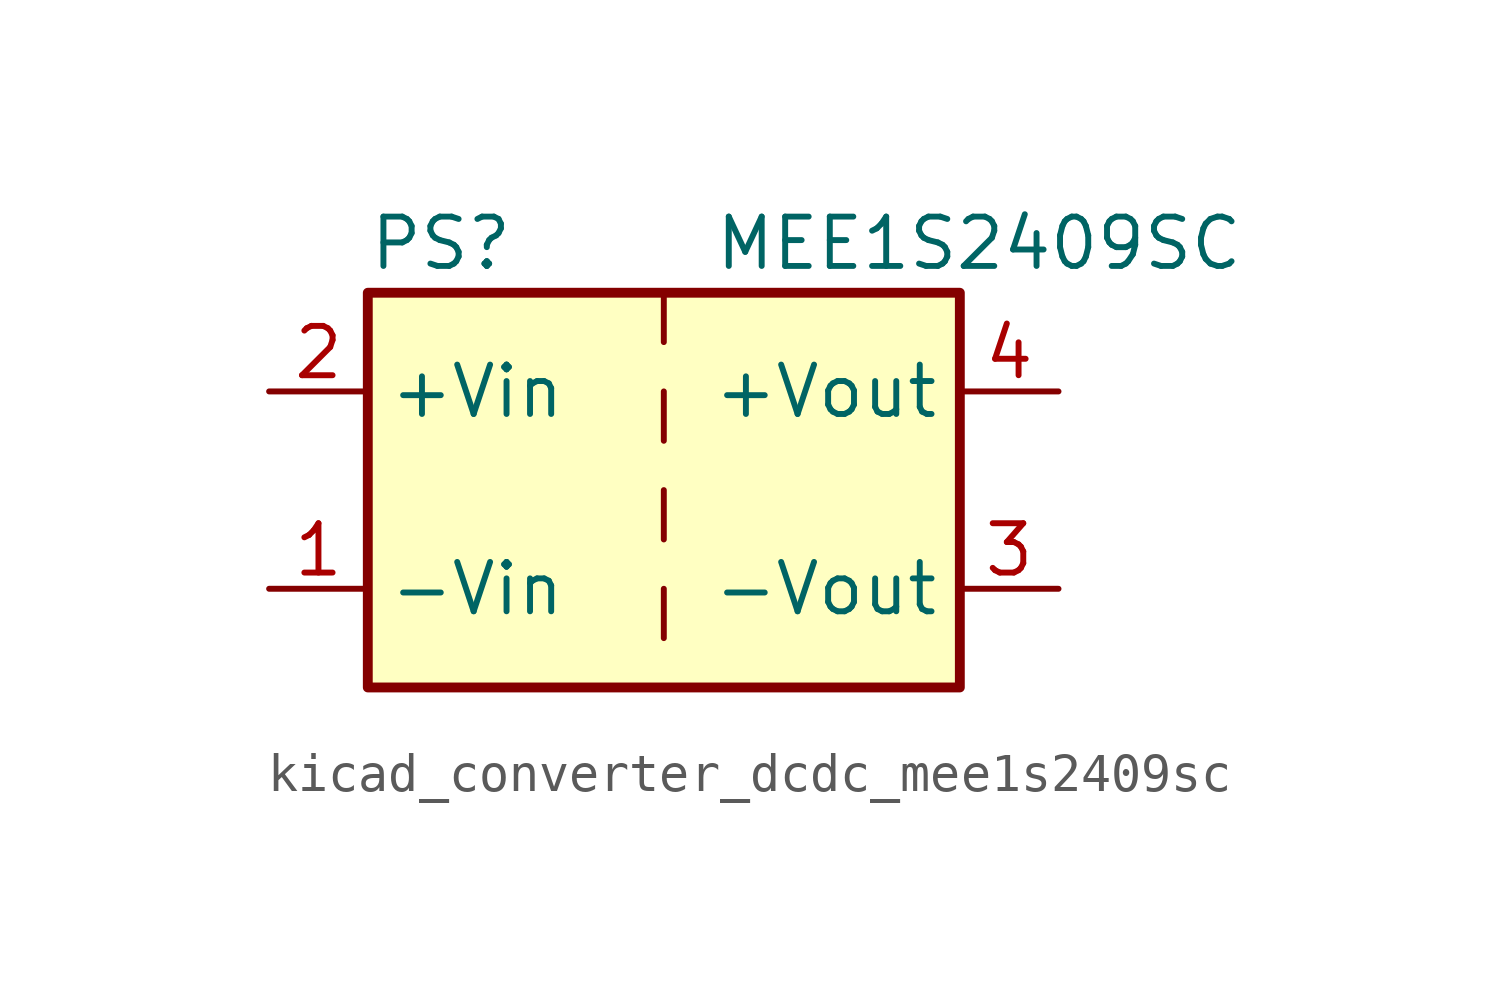
<source format=kicad_sym>
(kicad_symbol_lib
  (version 20220914)
  (generator kicad_symbol_editor)
  (symbol "kicad_converter_dcdc_mee1s2409sc"
    (property "Reference" "PS"
      (at -7.62 6.35 0)
      (effects (font (size 1.27 1.27)) (justify left)))
    (property "Value" "MEE1S2409SC"
      (at 1.27 6.35 0)
      (effects (font (size 1.27 1.27)) (justify left)))
    (symbol "kicad_converter_dcdc_mee1s2409sc_0_0"
      (pin power_in line (at -10.16 -2.54 0) (length 2.54) (name "-Vin" (effects (font (size 1.27 1.27)))) (number "1" (effects (font (size 1.27 1.27)))))
      (pin power_in line (at -10.16 2.54 0) (length 2.54) (name "+Vin" (effects (font (size 1.27 1.27)))) (number "2" (effects (font (size 1.27 1.27)))))
      (pin power_out line (at 10.16 -2.54 180) (length 2.54) (name "-Vout" (effects (font (size 1.27 1.27)))) (number "3" (effects (font (size 1.27 1.27)))))
      (pin power_out line (at 10.16 2.54 180) (length 2.54) (name "+Vout" (effects (font (size 1.27 1.27)))) (number "4" (effects (font (size 1.27 1.27))))))
    (symbol "kicad_converter_dcdc_mee1s2409sc_0_1"
      (rectangle (start -7.62 5.08) (end 7.62 -5.08) (stroke (width 0.254) (type default)) (fill (type background)))
      (polyline (pts (xy 0 -2.54) (xy 0 -3.81)) (stroke (width 0) (type default)) (fill (type none)))
      (polyline (pts (xy 0 0) (xy 0 -1.27)) (stroke (width 0) (type default)) (fill (type none)))
      (polyline (pts (xy 0 2.54) (xy 0 1.27)) (stroke (width 0) (type default)) (fill (type none)))
      (polyline (pts (xy 0 5.08) (xy 0 3.81)) (stroke (width 0) (type default)) (fill (type none))))))
</source>
